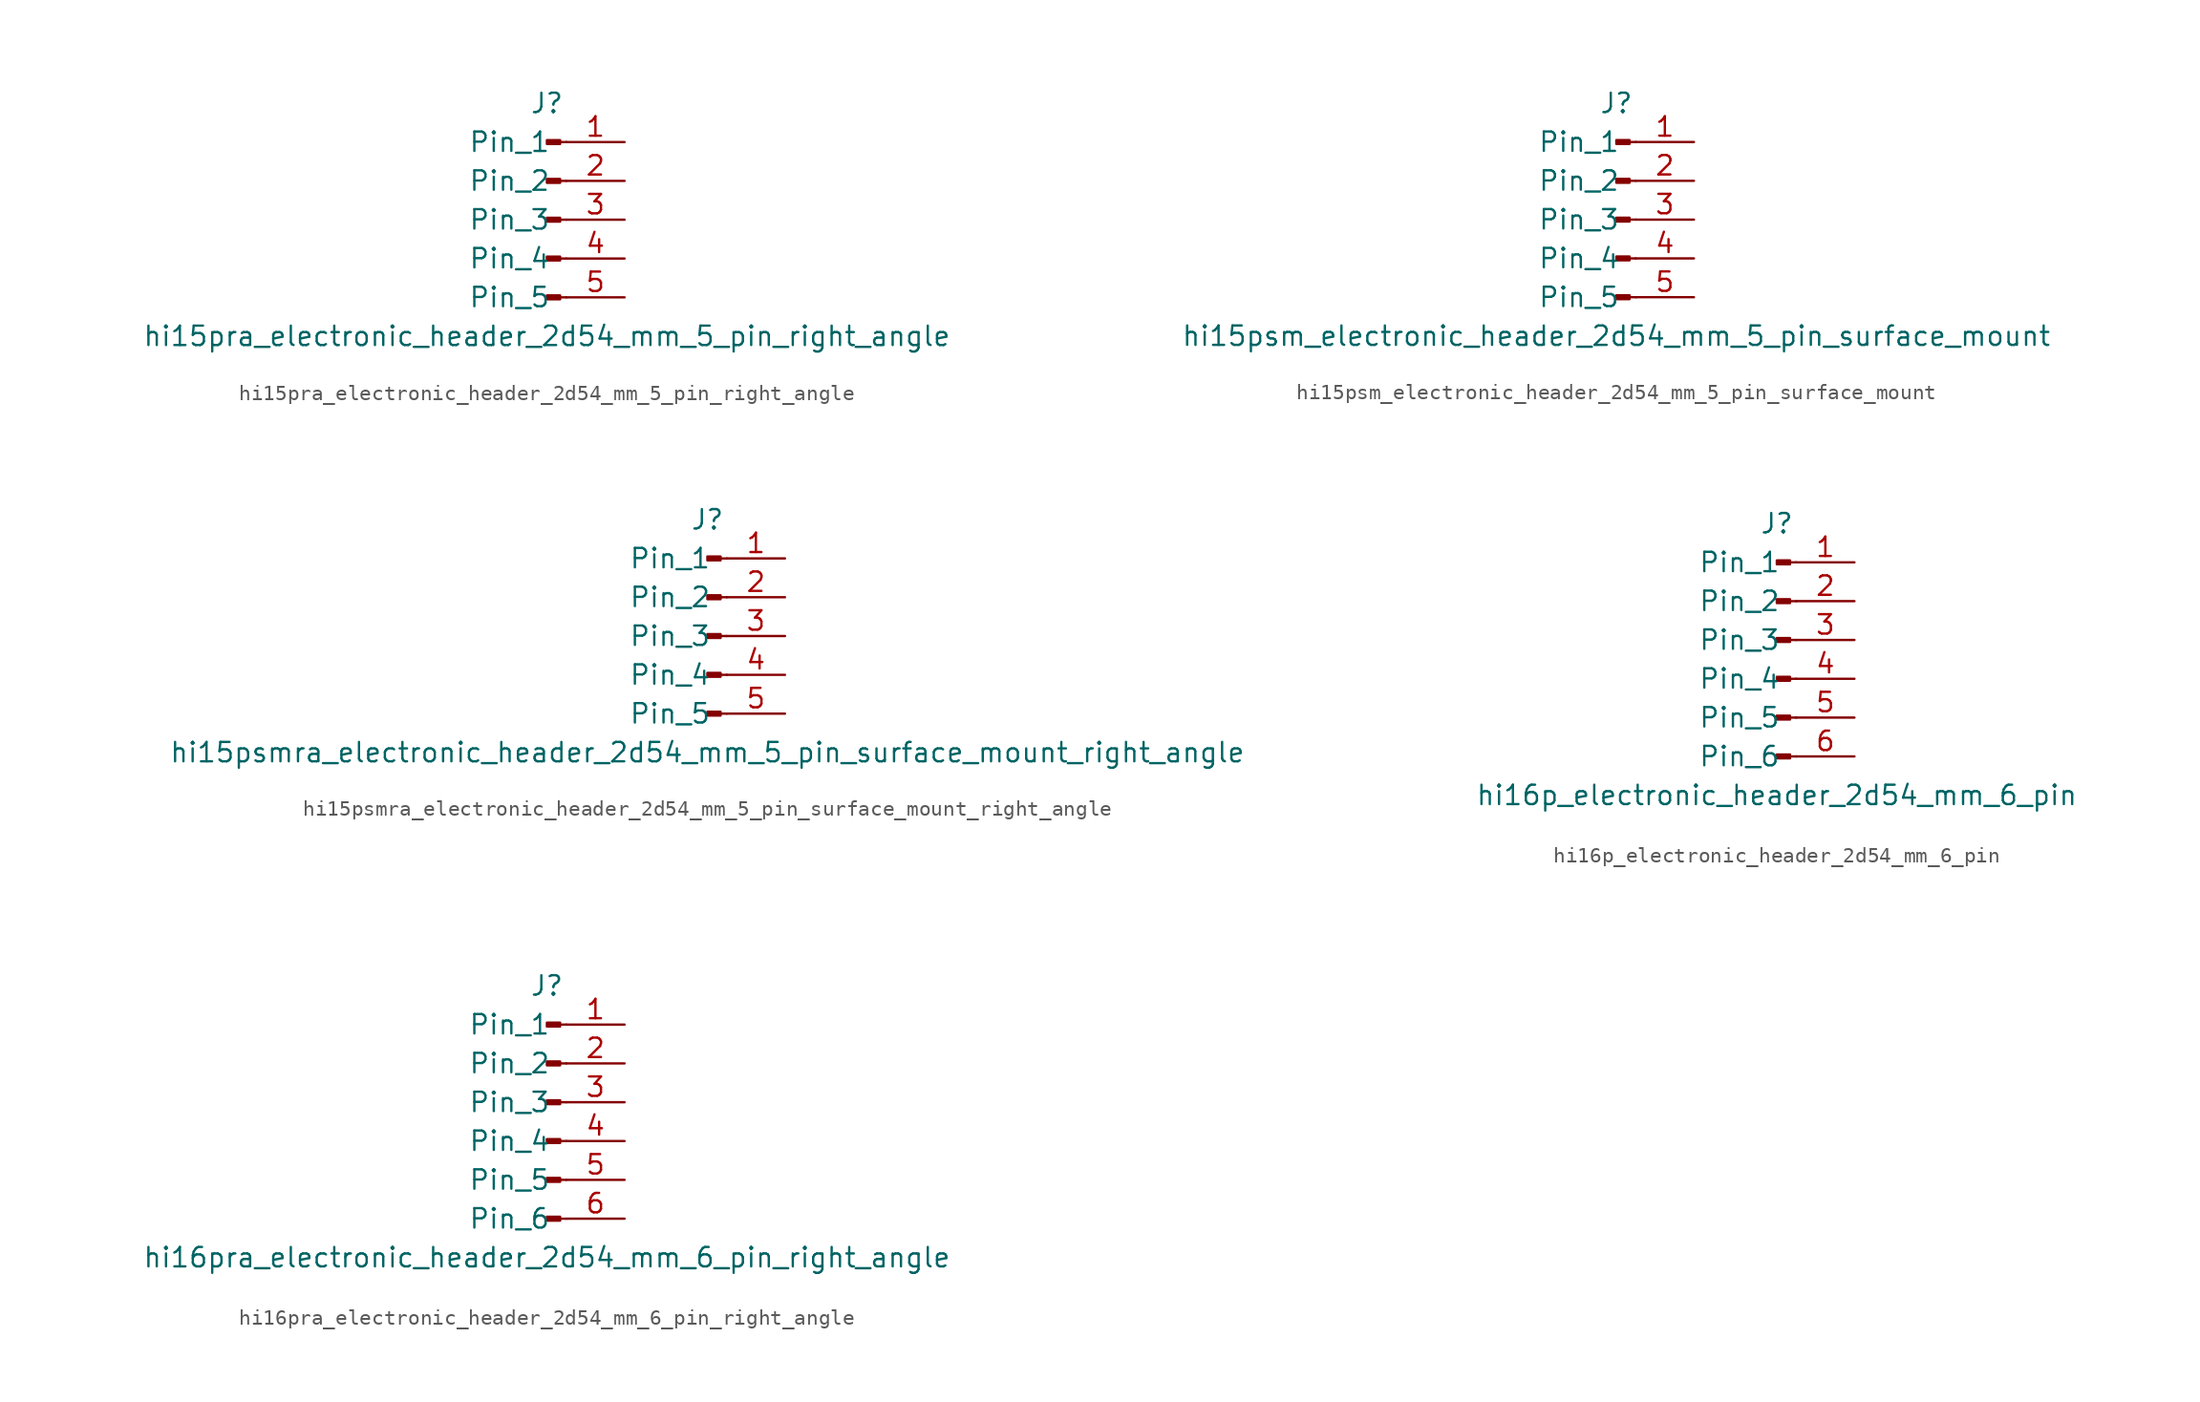
<source format=kicad_sym>
(kicad_symbol_lib
  (version 20220914)
  (generator kicad_symbol_editor)
  (symbol "hi15pra_electronic_header_2d54_mm_5_pin_right_angle"
    (pin_names
      (offset 1.016))
    (property "Reference" "J"
      (at 0 7.62 0)
      (effects (font (size 1.27 1.27))))
    (property "Value" "hi15pra_electronic_header_2d54_mm_5_pin_right_angle"
      (at 0 -7.62 0)
      (effects (font (size 1.27 1.27))))
    (property "ki_locked" ""
      (at 0 0 0)
      (effects (font (size 1.27 1.27))))
    (symbol "hi15pra_electronic_header_2d54_mm_5_pin_right_angle_1_1"
      (polyline (pts (xy 1.27 -5.08) (xy 0.864 -5.08)) (stroke (width 0.152) (type default)) (fill (type none)))
      (polyline (pts (xy 1.27 -2.54) (xy 0.864 -2.54)) (stroke (width 0.152) (type default)) (fill (type none)))
      (polyline (pts (xy 1.27 0) (xy 0.864 0)) (stroke (width 0.152) (type default)) (fill (type none)))
      (polyline (pts (xy 1.27 2.54) (xy 0.864 2.54)) (stroke (width 0.152) (type default)) (fill (type none)))
      (polyline (pts (xy 1.27 5.08) (xy 0.864 5.08)) (stroke (width 0.152) (type default)) (fill (type none)))
      (rectangle (start 0.864 -4.953) (end 0 -5.207) (stroke (width 0.152) (type default)) (fill (type outline)))
      (rectangle (start 0.864 -2.413) (end 0 -2.667) (stroke (width 0.152) (type default)) (fill (type outline)))
      (rectangle (start 0.864 0.127) (end 0 -0.127) (stroke (width 0.152) (type default)) (fill (type outline)))
      (rectangle (start 0.864 2.667) (end 0 2.413) (stroke (width 0.152) (type default)) (fill (type outline)))
      (rectangle (start 0.864 5.207) (end 0 4.953) (stroke (width 0.152) (type default)) (fill (type outline)))
      (pin passive line (at 5.08 5.08 180) (length 3.81) (name "Pin_1" (effects (font (size 1.27 1.27)))) (number "1" (effects (font (size 1.27 1.27)))))
      (pin passive line (at 5.08 2.54 180) (length 3.81) (name "Pin_2" (effects (font (size 1.27 1.27)))) (number "2" (effects (font (size 1.27 1.27)))))
      (pin passive line (at 5.08 0 180) (length 3.81) (name "Pin_3" (effects (font (size 1.27 1.27)))) (number "3" (effects (font (size 1.27 1.27)))))
      (pin passive line (at 5.08 -2.54 180) (length 3.81) (name "Pin_4" (effects (font (size 1.27 1.27)))) (number "4" (effects (font (size 1.27 1.27)))))
      (pin passive line (at 5.08 -5.08 180) (length 3.81) (name "Pin_5" (effects (font (size 1.27 1.27)))) (number "5" (effects (font (size 1.27 1.27)))))))
  (symbol "hi15psm_electronic_header_2d54_mm_5_pin_surface_mount"
    (pin_names
      (offset 1.016))
    (property "Reference" "J"
      (at 0 7.62 0)
      (effects (font (size 1.27 1.27))))
    (property "Value" "hi15psm_electronic_header_2d54_mm_5_pin_surface_mount"
      (at 0 -7.62 0)
      (effects (font (size 1.27 1.27))))
    (property "ki_locked" ""
      (at 0 0 0)
      (effects (font (size 1.27 1.27))))
    (symbol "hi15psm_electronic_header_2d54_mm_5_pin_surface_mount_1_1"
      (polyline (pts (xy 1.27 -5.08) (xy 0.864 -5.08)) (stroke (width 0.152) (type default)) (fill (type none)))
      (polyline (pts (xy 1.27 -2.54) (xy 0.864 -2.54)) (stroke (width 0.152) (type default)) (fill (type none)))
      (polyline (pts (xy 1.27 0) (xy 0.864 0)) (stroke (width 0.152) (type default)) (fill (type none)))
      (polyline (pts (xy 1.27 2.54) (xy 0.864 2.54)) (stroke (width 0.152) (type default)) (fill (type none)))
      (polyline (pts (xy 1.27 5.08) (xy 0.864 5.08)) (stroke (width 0.152) (type default)) (fill (type none)))
      (rectangle (start 0.864 -4.953) (end 0 -5.207) (stroke (width 0.152) (type default)) (fill (type outline)))
      (rectangle (start 0.864 -2.413) (end 0 -2.667) (stroke (width 0.152) (type default)) (fill (type outline)))
      (rectangle (start 0.864 0.127) (end 0 -0.127) (stroke (width 0.152) (type default)) (fill (type outline)))
      (rectangle (start 0.864 2.667) (end 0 2.413) (stroke (width 0.152) (type default)) (fill (type outline)))
      (rectangle (start 0.864 5.207) (end 0 4.953) (stroke (width 0.152) (type default)) (fill (type outline)))
      (pin passive line (at 5.08 5.08 180) (length 3.81) (name "Pin_1" (effects (font (size 1.27 1.27)))) (number "1" (effects (font (size 1.27 1.27)))))
      (pin passive line (at 5.08 2.54 180) (length 3.81) (name "Pin_2" (effects (font (size 1.27 1.27)))) (number "2" (effects (font (size 1.27 1.27)))))
      (pin passive line (at 5.08 0 180) (length 3.81) (name "Pin_3" (effects (font (size 1.27 1.27)))) (number "3" (effects (font (size 1.27 1.27)))))
      (pin passive line (at 5.08 -2.54 180) (length 3.81) (name "Pin_4" (effects (font (size 1.27 1.27)))) (number "4" (effects (font (size 1.27 1.27)))))
      (pin passive line (at 5.08 -5.08 180) (length 3.81) (name "Pin_5" (effects (font (size 1.27 1.27)))) (number "5" (effects (font (size 1.27 1.27)))))))
  (symbol "hi15psmra_electronic_header_2d54_mm_5_pin_surface_mount_right_angle"
    (pin_names
      (offset 1.016))
    (property "Reference" "J"
      (at 0 7.62 0)
      (effects (font (size 1.27 1.27))))
    (property "Value" "hi15psmra_electronic_header_2d54_mm_5_pin_surface_mount_right_angle"
      (at 0 -7.62 0)
      (effects (font (size 1.27 1.27))))
    (property "ki_locked" ""
      (at 0 0 0)
      (effects (font (size 1.27 1.27))))
    (symbol "hi15psmra_electronic_header_2d54_mm_5_pin_surface_mount_right_angle_1_1"
      (polyline (pts (xy 1.27 -5.08) (xy 0.864 -5.08)) (stroke (width 0.152) (type default)) (fill (type none)))
      (polyline (pts (xy 1.27 -2.54) (xy 0.864 -2.54)) (stroke (width 0.152) (type default)) (fill (type none)))
      (polyline (pts (xy 1.27 0) (xy 0.864 0)) (stroke (width 0.152) (type default)) (fill (type none)))
      (polyline (pts (xy 1.27 2.54) (xy 0.864 2.54)) (stroke (width 0.152) (type default)) (fill (type none)))
      (polyline (pts (xy 1.27 5.08) (xy 0.864 5.08)) (stroke (width 0.152) (type default)) (fill (type none)))
      (rectangle (start 0.864 -4.953) (end 0 -5.207) (stroke (width 0.152) (type default)) (fill (type outline)))
      (rectangle (start 0.864 -2.413) (end 0 -2.667) (stroke (width 0.152) (type default)) (fill (type outline)))
      (rectangle (start 0.864 0.127) (end 0 -0.127) (stroke (width 0.152) (type default)) (fill (type outline)))
      (rectangle (start 0.864 2.667) (end 0 2.413) (stroke (width 0.152) (type default)) (fill (type outline)))
      (rectangle (start 0.864 5.207) (end 0 4.953) (stroke (width 0.152) (type default)) (fill (type outline)))
      (pin passive line (at 5.08 5.08 180) (length 3.81) (name "Pin_1" (effects (font (size 1.27 1.27)))) (number "1" (effects (font (size 1.27 1.27)))))
      (pin passive line (at 5.08 2.54 180) (length 3.81) (name "Pin_2" (effects (font (size 1.27 1.27)))) (number "2" (effects (font (size 1.27 1.27)))))
      (pin passive line (at 5.08 0 180) (length 3.81) (name "Pin_3" (effects (font (size 1.27 1.27)))) (number "3" (effects (font (size 1.27 1.27)))))
      (pin passive line (at 5.08 -2.54 180) (length 3.81) (name "Pin_4" (effects (font (size 1.27 1.27)))) (number "4" (effects (font (size 1.27 1.27)))))
      (pin passive line (at 5.08 -5.08 180) (length 3.81) (name "Pin_5" (effects (font (size 1.27 1.27)))) (number "5" (effects (font (size 1.27 1.27)))))))
  (symbol "hi16p_electronic_header_2d54_mm_6_pin"
    (pin_names
      (offset 1.016))
    (property "Reference" "J"
      (at 0 7.62 0)
      (effects (font (size 1.27 1.27))))
    (property "Value" "hi16p_electronic_header_2d54_mm_6_pin"
      (at 0 -10.16 0)
      (effects (font (size 1.27 1.27))))
    (property "ki_locked" ""
      (at 0 0 0)
      (effects (font (size 1.27 1.27))))
    (symbol "hi16p_electronic_header_2d54_mm_6_pin_1_1"
      (polyline (pts (xy 1.27 -7.62) (xy 0.864 -7.62)) (stroke (width 0.152) (type default)) (fill (type none)))
      (polyline (pts (xy 1.27 -5.08) (xy 0.864 -5.08)) (stroke (width 0.152) (type default)) (fill (type none)))
      (polyline (pts (xy 1.27 -2.54) (xy 0.864 -2.54)) (stroke (width 0.152) (type default)) (fill (type none)))
      (polyline (pts (xy 1.27 0) (xy 0.864 0)) (stroke (width 0.152) (type default)) (fill (type none)))
      (polyline (pts (xy 1.27 2.54) (xy 0.864 2.54)) (stroke (width 0.152) (type default)) (fill (type none)))
      (polyline (pts (xy 1.27 5.08) (xy 0.864 5.08)) (stroke (width 0.152) (type default)) (fill (type none)))
      (rectangle (start 0.864 -7.493) (end 0 -7.747) (stroke (width 0.152) (type default)) (fill (type outline)))
      (rectangle (start 0.864 -4.953) (end 0 -5.207) (stroke (width 0.152) (type default)) (fill (type outline)))
      (rectangle (start 0.864 -2.413) (end 0 -2.667) (stroke (width 0.152) (type default)) (fill (type outline)))
      (rectangle (start 0.864 0.127) (end 0 -0.127) (stroke (width 0.152) (type default)) (fill (type outline)))
      (rectangle (start 0.864 2.667) (end 0 2.413) (stroke (width 0.152) (type default)) (fill (type outline)))
      (rectangle (start 0.864 5.207) (end 0 4.953) (stroke (width 0.152) (type default)) (fill (type outline)))
      (pin passive line (at 5.08 5.08 180) (length 3.81) (name "Pin_1" (effects (font (size 1.27 1.27)))) (number "1" (effects (font (size 1.27 1.27)))))
      (pin passive line (at 5.08 2.54 180) (length 3.81) (name "Pin_2" (effects (font (size 1.27 1.27)))) (number "2" (effects (font (size 1.27 1.27)))))
      (pin passive line (at 5.08 0 180) (length 3.81) (name "Pin_3" (effects (font (size 1.27 1.27)))) (number "3" (effects (font (size 1.27 1.27)))))
      (pin passive line (at 5.08 -2.54 180) (length 3.81) (name "Pin_4" (effects (font (size 1.27 1.27)))) (number "4" (effects (font (size 1.27 1.27)))))
      (pin passive line (at 5.08 -5.08 180) (length 3.81) (name "Pin_5" (effects (font (size 1.27 1.27)))) (number "5" (effects (font (size 1.27 1.27)))))
      (pin passive line (at 5.08 -7.62 180) (length 3.81) (name "Pin_6" (effects (font (size 1.27 1.27)))) (number "6" (effects (font (size 1.27 1.27)))))))
  (symbol "hi16pra_electronic_header_2d54_mm_6_pin_right_angle"
    (pin_names
      (offset 1.016))
    (property "Reference" "J"
      (at 0 7.62 0)
      (effects (font (size 1.27 1.27))))
    (property "Value" "hi16pra_electronic_header_2d54_mm_6_pin_right_angle"
      (at 0 -10.16 0)
      (effects (font (size 1.27 1.27))))
    (property "ki_locked" ""
      (at 0 0 0)
      (effects (font (size 1.27 1.27))))
    (symbol "hi16pra_electronic_header_2d54_mm_6_pin_right_angle_1_1"
      (polyline (pts (xy 1.27 -7.62) (xy 0.864 -7.62)) (stroke (width 0.152) (type default)) (fill (type none)))
      (polyline (pts (xy 1.27 -5.08) (xy 0.864 -5.08)) (stroke (width 0.152) (type default)) (fill (type none)))
      (polyline (pts (xy 1.27 -2.54) (xy 0.864 -2.54)) (stroke (width 0.152) (type default)) (fill (type none)))
      (polyline (pts (xy 1.27 0) (xy 0.864 0)) (stroke (width 0.152) (type default)) (fill (type none)))
      (polyline (pts (xy 1.27 2.54) (xy 0.864 2.54)) (stroke (width 0.152) (type default)) (fill (type none)))
      (polyline (pts (xy 1.27 5.08) (xy 0.864 5.08)) (stroke (width 0.152) (type default)) (fill (type none)))
      (rectangle (start 0.864 -7.493) (end 0 -7.747) (stroke (width 0.152) (type default)) (fill (type outline)))
      (rectangle (start 0.864 -4.953) (end 0 -5.207) (stroke (width 0.152) (type default)) (fill (type outline)))
      (rectangle (start 0.864 -2.413) (end 0 -2.667) (stroke (width 0.152) (type default)) (fill (type outline)))
      (rectangle (start 0.864 0.127) (end 0 -0.127) (stroke (width 0.152) (type default)) (fill (type outline)))
      (rectangle (start 0.864 2.667) (end 0 2.413) (stroke (width 0.152) (type default)) (fill (type outline)))
      (rectangle (start 0.864 5.207) (end 0 4.953) (stroke (width 0.152) (type default)) (fill (type outline)))
      (pin passive line (at 5.08 5.08 180) (length 3.81) (name "Pin_1" (effects (font (size 1.27 1.27)))) (number "1" (effects (font (size 1.27 1.27)))))
      (pin passive line (at 5.08 2.54 180) (length 3.81) (name "Pin_2" (effects (font (size 1.27 1.27)))) (number "2" (effects (font (size 1.27 1.27)))))
      (pin passive line (at 5.08 0 180) (length 3.81) (name "Pin_3" (effects (font (size 1.27 1.27)))) (number "3" (effects (font (size 1.27 1.27)))))
      (pin passive line (at 5.08 -2.54 180) (length 3.81) (name "Pin_4" (effects (font (size 1.27 1.27)))) (number "4" (effects (font (size 1.27 1.27)))))
      (pin passive line (at 5.08 -5.08 180) (length 3.81) (name "Pin_5" (effects (font (size 1.27 1.27)))) (number "5" (effects (font (size 1.27 1.27)))))
      (pin passive line (at 5.08 -7.62 180) (length 3.81) (name "Pin_6" (effects (font (size 1.27 1.27)))) (number "6" (effects (font (size 1.27 1.27))))))))
</source>
